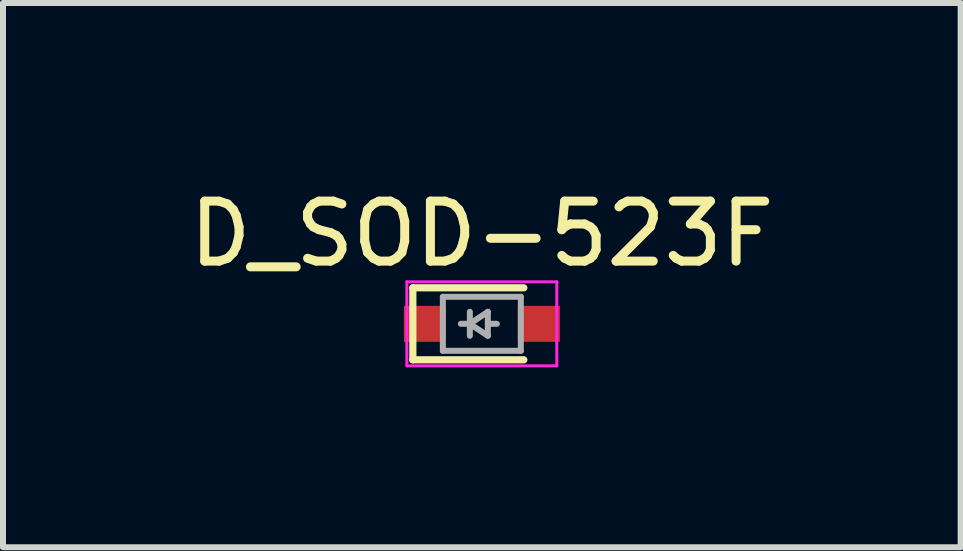
<source format=kicad_pcb>
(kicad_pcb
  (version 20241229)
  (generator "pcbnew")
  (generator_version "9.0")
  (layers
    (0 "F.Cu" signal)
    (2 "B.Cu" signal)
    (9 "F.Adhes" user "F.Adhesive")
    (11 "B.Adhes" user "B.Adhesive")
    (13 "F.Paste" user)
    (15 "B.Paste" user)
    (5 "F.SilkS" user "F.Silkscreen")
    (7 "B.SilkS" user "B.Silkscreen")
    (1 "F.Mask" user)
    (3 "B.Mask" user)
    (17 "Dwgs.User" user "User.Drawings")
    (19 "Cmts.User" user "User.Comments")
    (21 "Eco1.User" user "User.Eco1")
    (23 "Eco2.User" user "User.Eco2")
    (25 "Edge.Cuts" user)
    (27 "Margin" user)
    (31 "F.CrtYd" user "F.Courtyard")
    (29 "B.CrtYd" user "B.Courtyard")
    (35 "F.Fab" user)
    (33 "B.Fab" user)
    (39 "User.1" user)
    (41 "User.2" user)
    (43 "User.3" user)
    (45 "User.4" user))
  (footprint "D_SOD-523F"
    (layer "F.Cu")
    (at 4.982 2.348)
    (property "Reference" "D_SOD-523F" (at 0 -1.5 0) (layer "F.SilkS") (effects (font (size 1 1) (thickness 0.15))))
    (attr smd)
    (fp_line (start -1.15 -0.6) (end -1.15 0.6) (stroke (width 0.12) (type solid)) (layer "F.SilkS"))
    (fp_line (start 0.7 -0.6) (end -1.15 -0.6) (stroke (width 0.12) (type solid)) (layer "F.SilkS"))
    (fp_line (start 0.7 0.6) (end -1.15 0.6) (stroke (width 0.12) (type solid)) (layer "F.SilkS"))
    (fp_line (start -1.25 -0.7) (end 1.25 -0.7) (stroke (width 0.05) (type solid)) (layer "F.CrtYd"))
    (fp_line (start -1.25 0.7) (end -1.25 -0.7) (stroke (width 0.05) (type solid)) (layer "F.CrtYd"))
    (fp_line (start 1.25 -0.7) (end 1.25 0.7) (stroke (width 0.05) (type solid)) (layer "F.CrtYd"))
    (fp_line (start 1.25 0.7) (end -1.25 0.7) (stroke (width 0.05) (type solid)) (layer "F.CrtYd"))
    (fp_line (start -0.65 -0.45) (end 0.65 -0.45) (stroke (width 0.1) (type solid)) (layer "F.Fab"))
    (fp_line (start -0.65 0.45) (end -0.65 -0.45) (stroke (width 0.1) (type solid)) (layer "F.Fab"))
    (fp_line (start -0.2 0) (end -0.35 0) (stroke (width 0.1) (type solid)) (layer "F.Fab"))
    (fp_line (start -0.2 0) (end 0.1 0.2) (stroke (width 0.1) (type solid)) (layer "F.Fab"))
    (fp_line (start -0.2 0.2) (end -0.2 -0.2) (stroke (width 0.1) (type solid)) (layer "F.Fab"))
    (fp_line (start 0.1 -0.2) (end -0.2 0) (stroke (width 0.1) (type solid)) (layer "F.Fab"))
    (fp_line (start 0.1 0) (end 0.25 0) (stroke (width 0.1) (type solid)) (layer "F.Fab"))
    (fp_line (start 0.1 0.2) (end 0.1 -0.2) (stroke (width 0.1) (type solid)) (layer "F.Fab"))
    (fp_line (start 0.65 -0.45) (end 0.65 0.45) (stroke (width 0.1) (type solid)) (layer "F.Fab"))
    (fp_line (start 0.65 0.45) (end -0.65 0.45) (stroke (width 0.1) (type solid)) (layer "F.Fab"))
    (pad "1" smd rect (at -0.95 0 90) (size 0.6 0.7) (layers "F.Cu" "F.Mask" "F.Paste"))
    (pad "2" smd rect (at 0.95 0 90) (size 0.6 0.7) (layers "F.Cu" "F.Mask" "F.Paste")))
  (gr_rect
    (start -3 -3)
    (end 12.964 6.073)
    (stroke (width 0.1) (type default))
    (fill no)
    (layer "Edge.Cuts")))
</source>
